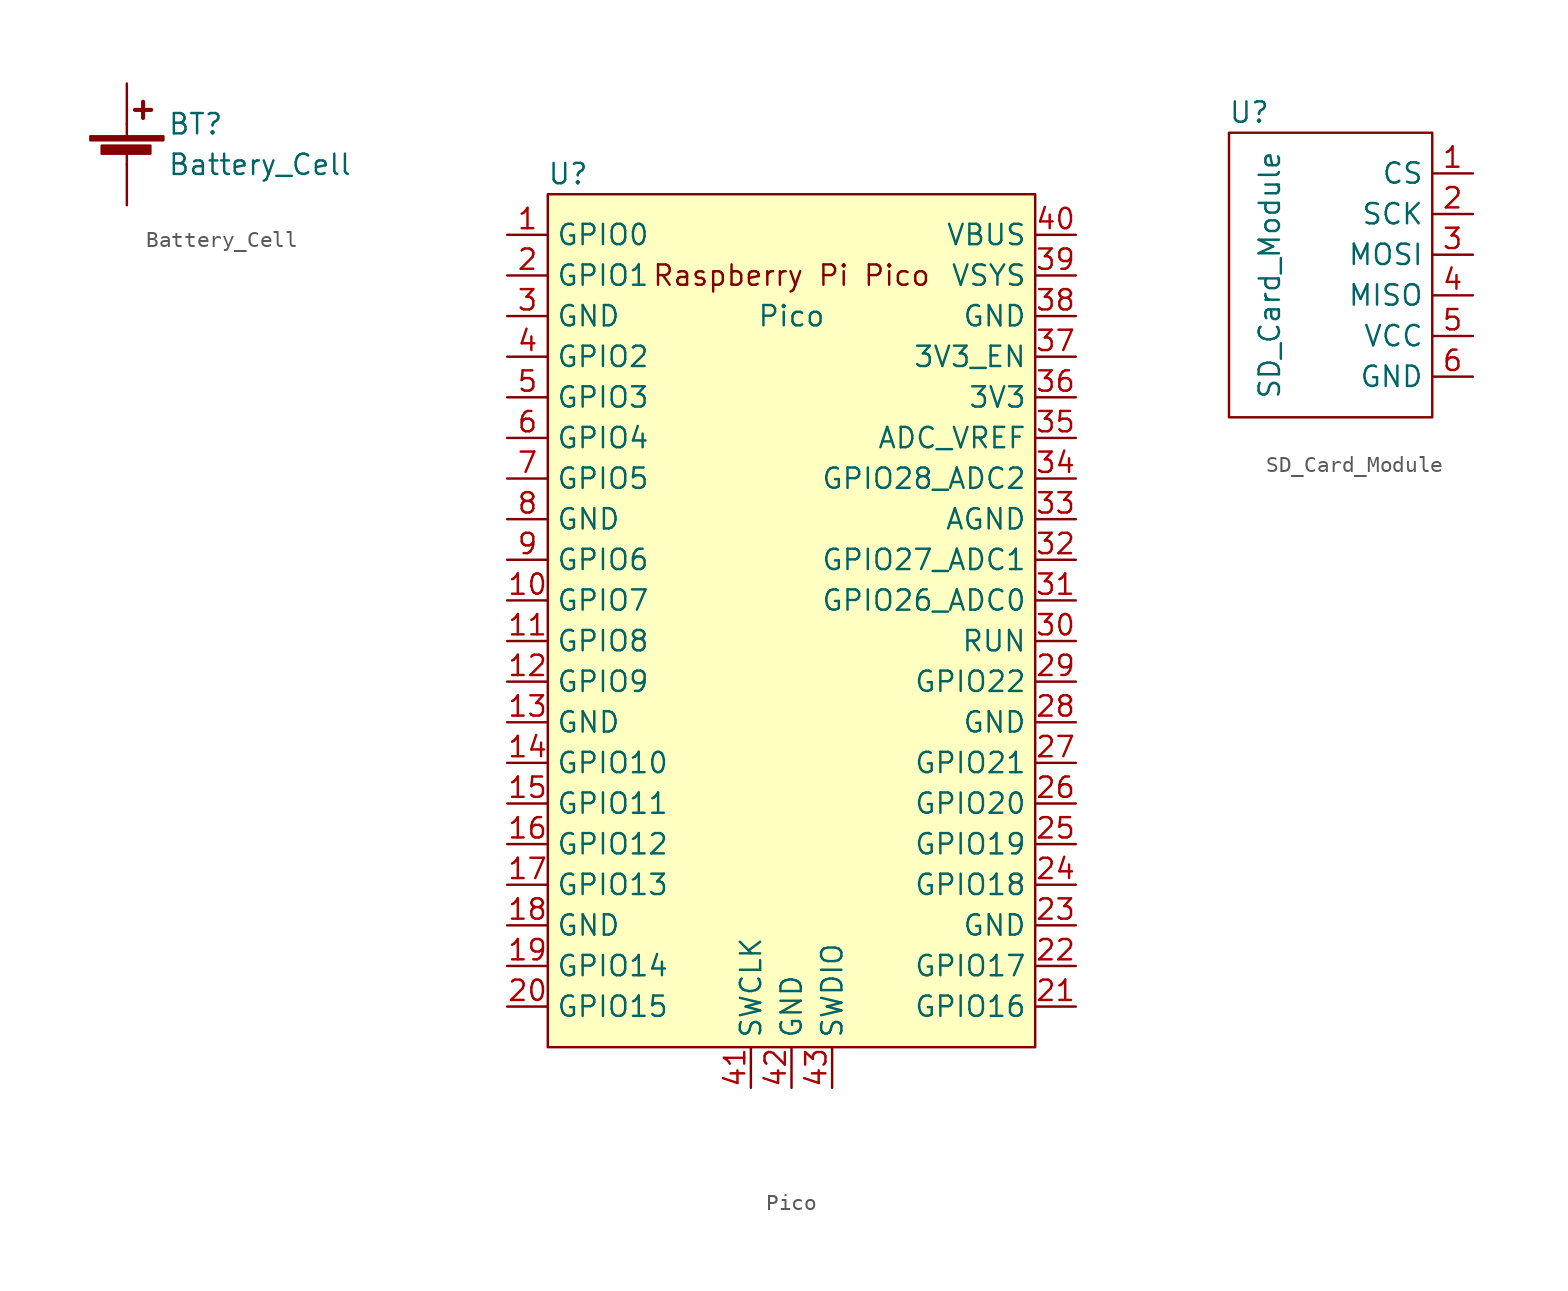
<source format=kicad_sym>
(kicad_symbol_lib
  (version 20211014)
  (generator kicad_symbol_editor)
  (symbol "Battery_Cell"
    (pin_numbers hide)
    (pin_names
      (offset 0) hide)
    (property "Reference" "BT"
      (at 2.54 2.54 0)
      (effects (font (size 1.27 1.27)) (justify left)))
    (property "Value" "Battery_Cell"
      (at 2.54 0 0)
      (effects (font (size 1.27 1.27)) (justify left)))
    (symbol "Battery_Cell_0_1"
      (rectangle (start -2.286 1.778) (end 2.286 1.524) (stroke (width 0) (type default) (color 0 0 0 0)) (fill (type outline)))
      (rectangle (start -1.575 1.194) (end 1.473 0.686) (stroke (width 0) (type default) (color 0 0 0 0)) (fill (type outline)))
      (polyline (pts (xy 0 0.762) (xy 0 0)) (stroke (width 0) (type default) (color 0 0 0 0)) (fill (type none)))
      (polyline (pts (xy 0 1.778) (xy 0 2.54)) (stroke (width 0) (type default) (color 0 0 0 0)) (fill (type none)))
      (polyline (pts (xy 0.508 3.429) (xy 1.524 3.429)) (stroke (width 0.254) (type default) (color 0 0 0 0)) (fill (type none)))
      (polyline (pts (xy 1.016 3.937) (xy 1.016 2.921)) (stroke (width 0.254) (type default) (color 0 0 0 0)) (fill (type none))))
    (symbol "Battery_Cell_1_1"
      (pin power_out line (at 0 5.08 270) (length 2.54) (name "+" (effects (font (size 1.27 1.27)))) (number "1" (effects (font (size 1.27 1.27)))))
      (pin passive line (at 0 -2.54 90) (length 2.54) (name "-" (effects (font (size 1.27 1.27)))) (number "2" (effects (font (size 1.27 1.27)))))))
  (symbol "Pico"
    (property "Reference" "U"
      (at -13.97 27.94 0)
      (effects (font (size 1.27 1.27))))
    (property "Value" "Pico"
      (at 0 19.05 0)
      (effects (font (size 1.27 1.27))))
    (symbol "Pico_0_0"
      (text "Raspberry Pi Pico" (at 0 21.59 0) (effects (font (size 1.27 1.27)))))
    (symbol "Pico_0_1"
      (rectangle (start -15.24 26.67) (end 15.24 -26.67) (stroke (width 0) (type default) (color 0 0 0 0)) (fill (type background))))
    (symbol "Pico_1_1"
      (pin bidirectional line (at -17.78 24.13 0) (length 2.54) (name "GPIO0" (effects (font (size 1.27 1.27)))) (number "1" (effects (font (size 1.27 1.27)))))
      (pin bidirectional line (at -17.78 1.27 0) (length 2.54) (name "GPIO7" (effects (font (size 1.27 1.27)))) (number "10" (effects (font (size 1.27 1.27)))))
      (pin bidirectional line (at -17.78 -1.27 0) (length 2.54) (name "GPIO8" (effects (font (size 1.27 1.27)))) (number "11" (effects (font (size 1.27 1.27)))))
      (pin bidirectional line (at -17.78 -3.81 0) (length 2.54) (name "GPIO9" (effects (font (size 1.27 1.27)))) (number "12" (effects (font (size 1.27 1.27)))))
      (pin power_in line (at -17.78 -6.35 0) (length 2.54) (name "GND" (effects (font (size 1.27 1.27)))) (number "13" (effects (font (size 1.27 1.27)))))
      (pin bidirectional line (at -17.78 -8.89 0) (length 2.54) (name "GPIO10" (effects (font (size 1.27 1.27)))) (number "14" (effects (font (size 1.27 1.27)))))
      (pin bidirectional line (at -17.78 -11.43 0) (length 2.54) (name "GPIO11" (effects (font (size 1.27 1.27)))) (number "15" (effects (font (size 1.27 1.27)))))
      (pin bidirectional line (at -17.78 -13.97 0) (length 2.54) (name "GPIO12" (effects (font (size 1.27 1.27)))) (number "16" (effects (font (size 1.27 1.27)))))
      (pin bidirectional line (at -17.78 -16.51 0) (length 2.54) (name "GPIO13" (effects (font (size 1.27 1.27)))) (number "17" (effects (font (size 1.27 1.27)))))
      (pin power_in line (at -17.78 -19.05 0) (length 2.54) (name "GND" (effects (font (size 1.27 1.27)))) (number "18" (effects (font (size 1.27 1.27)))))
      (pin bidirectional line (at -17.78 -21.59 0) (length 2.54) (name "GPIO14" (effects (font (size 1.27 1.27)))) (number "19" (effects (font (size 1.27 1.27)))))
      (pin bidirectional line (at -17.78 21.59 0) (length 2.54) (name "GPIO1" (effects (font (size 1.27 1.27)))) (number "2" (effects (font (size 1.27 1.27)))))
      (pin bidirectional line (at -17.78 -24.13 0) (length 2.54) (name "GPIO15" (effects (font (size 1.27 1.27)))) (number "20" (effects (font (size 1.27 1.27)))))
      (pin bidirectional line (at 17.78 -24.13 180) (length 2.54) (name "GPIO16" (effects (font (size 1.27 1.27)))) (number "21" (effects (font (size 1.27 1.27)))))
      (pin bidirectional line (at 17.78 -21.59 180) (length 2.54) (name "GPIO17" (effects (font (size 1.27 1.27)))) (number "22" (effects (font (size 1.27 1.27)))))
      (pin power_in line (at 17.78 -19.05 180) (length 2.54) (name "GND" (effects (font (size 1.27 1.27)))) (number "23" (effects (font (size 1.27 1.27)))))
      (pin bidirectional line (at 17.78 -16.51 180) (length 2.54) (name "GPIO18" (effects (font (size 1.27 1.27)))) (number "24" (effects (font (size 1.27 1.27)))))
      (pin bidirectional line (at 17.78 -13.97 180) (length 2.54) (name "GPIO19" (effects (font (size 1.27 1.27)))) (number "25" (effects (font (size 1.27 1.27)))))
      (pin bidirectional line (at 17.78 -11.43 180) (length 2.54) (name "GPIO20" (effects (font (size 1.27 1.27)))) (number "26" (effects (font (size 1.27 1.27)))))
      (pin bidirectional line (at 17.78 -8.89 180) (length 2.54) (name "GPIO21" (effects (font (size 1.27 1.27)))) (number "27" (effects (font (size 1.27 1.27)))))
      (pin power_in line (at 17.78 -6.35 180) (length 2.54) (name "GND" (effects (font (size 1.27 1.27)))) (number "28" (effects (font (size 1.27 1.27)))))
      (pin bidirectional line (at 17.78 -3.81 180) (length 2.54) (name "GPIO22" (effects (font (size 1.27 1.27)))) (number "29" (effects (font (size 1.27 1.27)))))
      (pin power_in line (at -17.78 19.05 0) (length 2.54) (name "GND" (effects (font (size 1.27 1.27)))) (number "3" (effects (font (size 1.27 1.27)))))
      (pin input line (at 17.78 -1.27 180) (length 2.54) (name "RUN" (effects (font (size 1.27 1.27)))) (number "30" (effects (font (size 1.27 1.27)))))
      (pin bidirectional line (at 17.78 1.27 180) (length 2.54) (name "GPIO26_ADC0" (effects (font (size 1.27 1.27)))) (number "31" (effects (font (size 1.27 1.27)))))
      (pin bidirectional line (at 17.78 3.81 180) (length 2.54) (name "GPIO27_ADC1" (effects (font (size 1.27 1.27)))) (number "32" (effects (font (size 1.27 1.27)))))
      (pin bidirectional line (at 17.78 6.35 180) (length 2.54) (name "AGND" (effects (font (size 1.27 1.27)))) (number "33" (effects (font (size 1.27 1.27)))))
      (pin bidirectional line (at 17.78 8.89 180) (length 2.54) (name "GPIO28_ADC2" (effects (font (size 1.27 1.27)))) (number "34" (effects (font (size 1.27 1.27)))))
      (pin bidirectional line (at 17.78 11.43 180) (length 2.54) (name "ADC_VREF" (effects (font (size 1.27 1.27)))) (number "35" (effects (font (size 1.27 1.27)))))
      (pin power_out line (at 17.78 13.97 180) (length 2.54) (name "3V3" (effects (font (size 1.27 1.27)))) (number "36" (effects (font (size 1.27 1.27)))))
      (pin input line (at 17.78 16.51 180) (length 2.54) (name "3V3_EN" (effects (font (size 1.27 1.27)))) (number "37" (effects (font (size 1.27 1.27)))))
      (pin power_out line (at 17.78 19.05 180) (length 2.54) (name "GND" (effects (font (size 1.27 1.27)))) (number "38" (effects (font (size 1.27 1.27)))))
      (pin bidirectional line (at 17.78 21.59 180) (length 2.54) (name "VSYS" (effects (font (size 1.27 1.27)))) (number "39" (effects (font (size 1.27 1.27)))))
      (pin bidirectional line (at -17.78 16.51 0) (length 2.54) (name "GPIO2" (effects (font (size 1.27 1.27)))) (number "4" (effects (font (size 1.27 1.27)))))
      (pin power_out line (at 17.78 24.13 180) (length 2.54) (name "VBUS" (effects (font (size 1.27 1.27)))) (number "40" (effects (font (size 1.27 1.27)))))
      (pin input line (at -2.54 -29.21 90) (length 2.54) (name "SWCLK" (effects (font (size 1.27 1.27)))) (number "41" (effects (font (size 1.27 1.27)))))
      (pin power_in line (at 0 -29.21 90) (length 2.54) (name "GND" (effects (font (size 1.27 1.27)))) (number "42" (effects (font (size 1.27 1.27)))))
      (pin bidirectional line (at 2.54 -29.21 90) (length 2.54) (name "SWDIO" (effects (font (size 1.27 1.27)))) (number "43" (effects (font (size 1.27 1.27)))))
      (pin bidirectional line (at -17.78 13.97 0) (length 2.54) (name "GPIO3" (effects (font (size 1.27 1.27)))) (number "5" (effects (font (size 1.27 1.27)))))
      (pin bidirectional line (at -17.78 11.43 0) (length 2.54) (name "GPIO4" (effects (font (size 1.27 1.27)))) (number "6" (effects (font (size 1.27 1.27)))))
      (pin bidirectional line (at -17.78 8.89 0) (length 2.54) (name "GPIO5" (effects (font (size 1.27 1.27)))) (number "7" (effects (font (size 1.27 1.27)))))
      (pin power_in line (at -17.78 6.35 0) (length 2.54) (name "GND" (effects (font (size 1.27 1.27)))) (number "8" (effects (font (size 1.27 1.27)))))
      (pin bidirectional line (at -17.78 3.81 0) (length 2.54) (name "GPIO6" (effects (font (size 1.27 1.27)))) (number "9" (effects (font (size 1.27 1.27)))))))
  (symbol "SD_Card_Module"
    (property "Reference" "U"
      (at -5.08 10.16 0)
      (effects (font (size 1.27 1.27))))
    (property "Value" "SD_Card_Module"
      (at -3.81 0 90)
      (effects (font (size 1.27 1.27))))
    (symbol "SD_Card_Module_0_1"
      (rectangle (start -6.35 8.89) (end 6.35 -8.89) (stroke (width 0) (type default) (color 0 0 0 0)) (fill (type none))))
    (symbol "SD_Card_Module_1_1"
      (pin input line (at 8.89 6.35 180) (length 2.54) (name "CS" (effects (font (size 1.27 1.27)))) (number "1" (effects (font (size 1.27 1.27)))))
      (pin input line (at 8.89 3.81 180) (length 2.54) (name "SCK" (effects (font (size 1.27 1.27)))) (number "2" (effects (font (size 1.27 1.27)))))
      (pin input line (at 8.89 1.27 180) (length 2.54) (name "MOSI" (effects (font (size 1.27 1.27)))) (number "3" (effects (font (size 1.27 1.27)))))
      (pin output line (at 8.89 -1.27 180) (length 2.54) (name "MISO" (effects (font (size 1.27 1.27)))) (number "4" (effects (font (size 1.27 1.27)))))
      (pin power_in line (at 8.89 -3.81 180) (length 2.54) (name "VCC" (effects (font (size 1.27 1.27)))) (number "5" (effects (font (size 1.27 1.27)))))
      (pin power_in line (at 8.89 -6.35 180) (length 2.54) (name "GND" (effects (font (size 1.27 1.27)))) (number "6" (effects (font (size 1.27 1.27))))))))
</source>
